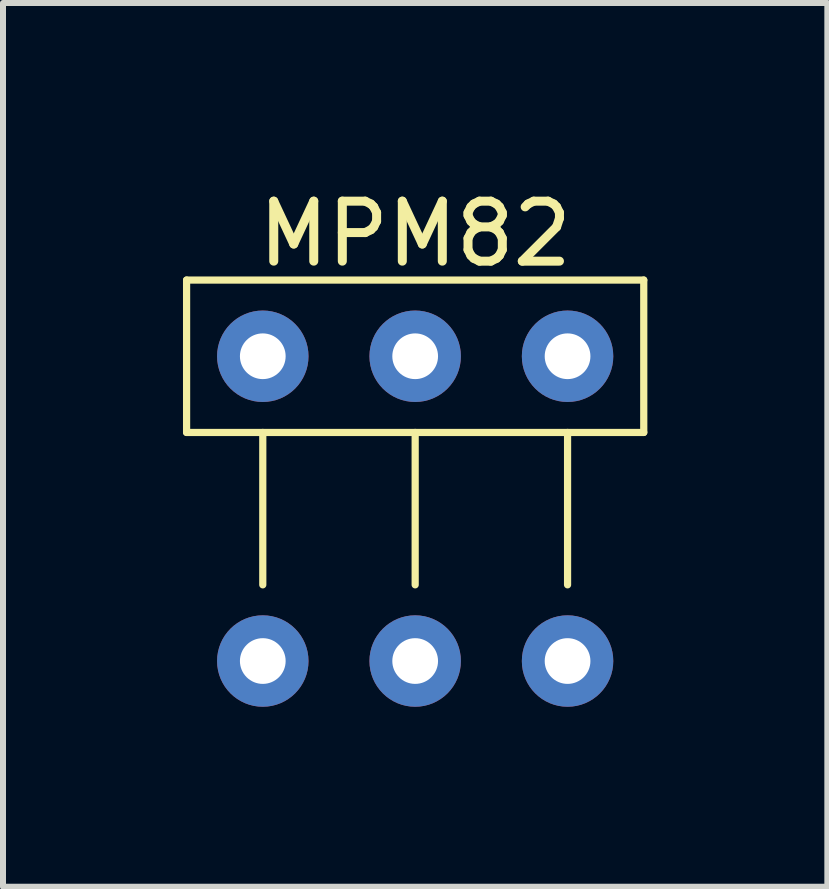
<source format=kicad_pcb>
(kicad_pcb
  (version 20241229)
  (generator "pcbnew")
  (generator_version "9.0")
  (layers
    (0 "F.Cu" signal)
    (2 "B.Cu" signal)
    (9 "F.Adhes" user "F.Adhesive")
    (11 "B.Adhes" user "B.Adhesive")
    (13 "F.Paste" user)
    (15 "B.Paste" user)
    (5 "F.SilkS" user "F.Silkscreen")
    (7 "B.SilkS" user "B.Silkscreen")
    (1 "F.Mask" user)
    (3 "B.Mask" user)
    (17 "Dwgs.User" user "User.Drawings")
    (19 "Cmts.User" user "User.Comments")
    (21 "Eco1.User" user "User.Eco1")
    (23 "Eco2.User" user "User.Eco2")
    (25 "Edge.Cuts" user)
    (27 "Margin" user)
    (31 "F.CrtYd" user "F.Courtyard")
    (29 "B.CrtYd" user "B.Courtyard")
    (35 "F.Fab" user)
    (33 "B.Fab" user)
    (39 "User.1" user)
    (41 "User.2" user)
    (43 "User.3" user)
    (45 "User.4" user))
  (footprint "MPM82"
    (layer "F.Cu")
    (at 3.87 0.348)
    (property "Reference" "MPM82" (at 0 0.5 0) (layer "F.SilkS") (effects (font (size 1 1) (thickness 0.15))))
    (attr through_hole)
    (fp_line (start -3.81 1.27) (end 3.81 1.27) (stroke (width 0.12) (type solid)) (layer "F.SilkS"))
    (fp_line (start -3.81 3.81) (end -3.81 1.27) (stroke (width 0.12) (type solid)) (layer "F.SilkS"))
    (fp_line (start -2.54 3.81) (end -2.54 6.35) (stroke (width 0.12) (type solid)) (layer "F.SilkS"))
    (fp_line (start 0 3.81) (end 0 6.35) (stroke (width 0.12) (type solid)) (layer "F.SilkS"))
    (fp_line (start 2.54 3.81) (end 2.54 6.35) (stroke (width 0.12) (type solid)) (layer "F.SilkS"))
    (fp_line (start 3.81 1.27) (end 3.81 3.81) (stroke (width 0.12) (type solid)) (layer "F.SilkS"))
    (fp_line (start 3.81 3.81) (end -3.81 3.81) (stroke (width 0.12) (type solid)) (layer "F.SilkS"))
    (pad "2" thru_hole circle (at -2.54 2.54) (size 1.524 1.524) (drill 0.762) (layers "*.Cu" "*.Mask"))
    (pad "3" thru_hole circle (at -2.54 7.62) (size 1.524 1.524) (drill 0.762) (layers "*.Cu" "*.Mask"))
    (pad "4" thru_hole circle (at 0 2.54) (size 1.524 1.524) (drill 0.762) (layers "*.Cu" "*.Mask"))
    (pad "5" thru_hole circle (at 0 7.62) (size 1.524 1.524) (drill 0.762) (layers "*.Cu" "*.Mask"))
    (pad "6" thru_hole circle (at 2.54 2.54) (size 1.524 1.524) (drill 0.762) (layers "*.Cu" "*.Mask"))
    (pad "7" thru_hole circle (at 2.54 7.62) (size 1.524 1.524) (drill 0.762) (layers "*.Cu" "*.Mask")))
  (gr_rect
    (start -3 -3)
    (end 10.74 11.73)
    (stroke (width 0.1) (type default))
    (fill no)
    (layer "Edge.Cuts")))
</source>
